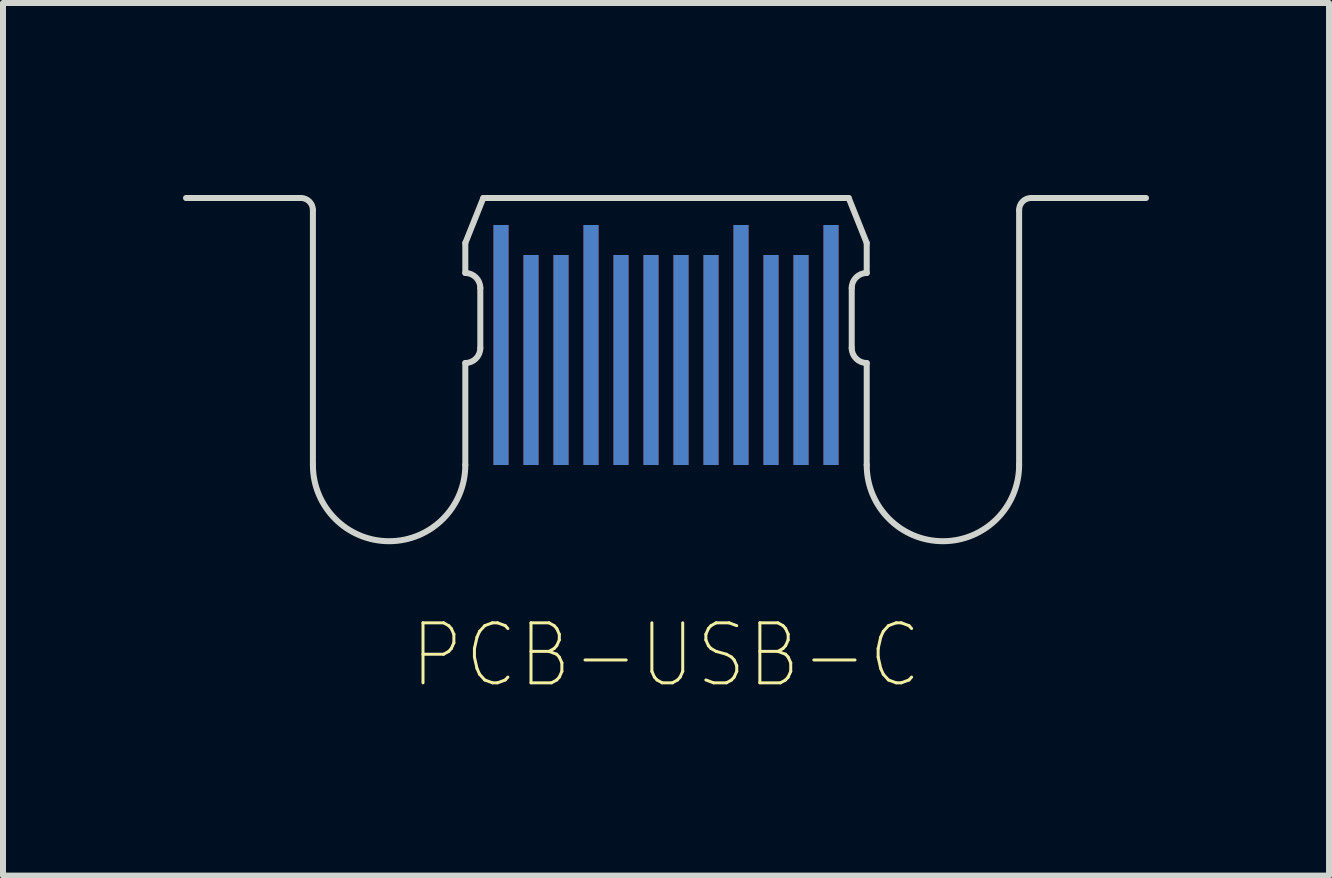
<source format=kicad_pcb>
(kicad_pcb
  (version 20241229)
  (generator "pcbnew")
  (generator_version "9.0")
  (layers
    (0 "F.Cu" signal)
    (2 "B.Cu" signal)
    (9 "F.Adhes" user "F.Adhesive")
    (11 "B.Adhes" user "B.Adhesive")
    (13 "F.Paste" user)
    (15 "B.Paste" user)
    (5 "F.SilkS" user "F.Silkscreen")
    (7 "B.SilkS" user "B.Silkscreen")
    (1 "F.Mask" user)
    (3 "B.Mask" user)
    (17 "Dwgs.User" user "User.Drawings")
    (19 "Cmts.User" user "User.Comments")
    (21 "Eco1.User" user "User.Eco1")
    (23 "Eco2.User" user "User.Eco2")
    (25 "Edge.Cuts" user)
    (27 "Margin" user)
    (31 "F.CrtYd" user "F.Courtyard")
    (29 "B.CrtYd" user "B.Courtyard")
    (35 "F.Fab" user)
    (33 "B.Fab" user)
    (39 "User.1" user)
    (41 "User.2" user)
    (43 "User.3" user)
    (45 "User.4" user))
  (footprint "PCB-USB-C"
    (layer "F.Cu")
    (at 8.05 0.25)
    (property "Reference" "PCB-USB-C" (at 0 7.62 0) (layer "F.SilkS") (effects (font (size 1 0.9) (thickness 0.05))))
    (attr smd)
    (fp_line (start -8 0) (end -6.085 0) (stroke (width 0.1) (type solid)) (layer "Edge.Cuts"))
    (fp_line (start -5.885 0.2) (end -5.885 4.45) (stroke (width 0.1) (type solid)) (layer "Edge.Cuts"))
    (fp_line (start -3.345 0.75) (end -3.345 1.25) (stroke (width 0.1) (type solid)) (layer "Edge.Cuts"))
    (fp_line (start -3.345 2.75) (end -3.345 4.45) (stroke (width 0.1) (type solid)) (layer "Edge.Cuts"))
    (fp_line (start -3.095 1.5) (end -3.095 2.5) (stroke (width 0.1) (type solid)) (layer "Edge.Cuts"))
    (fp_line (start -3.045 0) (end -3.345 0.75) (stroke (width 0.1) (type solid)) (layer "Edge.Cuts"))
    (fp_line (start -3.045 0) (end 3.045 0) (stroke (width 0.1) (type solid)) (layer "Edge.Cuts"))
    (fp_line (start 3.045 0) (end 3.345 0.75) (stroke (width 0.1) (type solid)) (layer "Edge.Cuts"))
    (fp_line (start 3.095 1.5) (end 3.095 2.5) (stroke (width 0.1) (type solid)) (layer "Edge.Cuts"))
    (fp_line (start 3.345 0.75) (end 3.345 1.25) (stroke (width 0.1) (type solid)) (layer "Edge.Cuts"))
    (fp_line (start 3.345 2.75) (end 3.345 4.45) (stroke (width 0.1) (type solid)) (layer "Edge.Cuts"))
    (fp_line (start 5.885 0.2) (end 5.885 4.45) (stroke (width 0.1) (type solid)) (layer "Edge.Cuts"))
    (fp_line (start 8 0) (end 6.085 0) (stroke (width 0.1) (type solid)) (layer "Edge.Cuts"))
    (fp_arc (start -6.085 0) (mid -5.943579 0.058579) (end -5.885 0.2) (stroke (width 0.1) (type solid)) (layer "Edge.Cuts"))
    (fp_arc (start -3.345 1.25) (mid -3.168223 1.323223) (end -3.095 1.5) (stroke (width 0.1) (type solid)) (layer "Edge.Cuts"))
    (fp_arc (start -3.345 4.45) (mid -4.615 5.72) (end -5.885 4.45) (stroke (width 0.1) (type solid)) (layer "Edge.Cuts"))
    (fp_arc (start -3.095 2.5) (mid -3.168223 2.676777) (end -3.345 2.75) (stroke (width 0.1) (type solid)) (layer "Edge.Cuts"))
    (fp_arc (start 3.095 1.5) (mid 3.168223 1.323223) (end 3.345 1.25) (stroke (width 0.1) (type solid)) (layer "Edge.Cuts"))
    (fp_arc (start 3.345 2.75) (mid 3.168223 2.676777) (end 3.095 2.5) (stroke (width 0.1) (type solid)) (layer "Edge.Cuts"))
    (fp_arc (start 5.885 0.2) (mid 5.943579 0.058579) (end 6.085 0) (stroke (width 0.1) (type solid)) (layer "Edge.Cuts"))
    (fp_arc (start 5.885 4.45) (mid 4.615 5.72) (end 3.345 4.45) (stroke (width 0.1) (type solid)) (layer "Edge.Cuts"))
    (pad "A1" smd rect (at 2.75 2.45 90) (size 4 0.25) (layers "F.Cu" "F.Mask"))
    (pad "A2" smd rect (at 2.25 2.7 90) (size 3.5 0.25) (layers "F.Cu" "F.Mask"))
    (pad "A3" smd rect (at 1.75 2.7 90) (size 3.5 0.25) (layers "F.Cu" "F.Mask"))
    (pad "A4" smd rect (at 1.25 2.45 90) (size 4 0.25) (layers "F.Cu" "F.Mask"))
    (pad "A5" smd rect (at 0.75 2.7 90) (size 3.5 0.25) (layers "F.Cu" "F.Mask"))
    (pad "A6" smd rect (at 0.25 2.7 90) (size 3.5 0.25) (layers "F.Cu" "F.Mask"))
    (pad "A7" smd rect (at -0.25 2.7 90) (size 3.5 0.25) (layers "F.Cu" "F.Mask"))
    (pad "A8" smd rect (at -0.75 2.7 90) (size 3.5 0.25) (layers "F.Cu" "F.Mask"))
    (pad "A9" smd rect (at -1.25 2.45 90) (size 4 0.25) (layers "F.Cu" "F.Mask"))
    (pad "A10" smd rect (at -1.75 2.7 90) (size 3.5 0.25) (layers "F.Cu" "F.Mask"))
    (pad "A11" smd rect (at -2.25 2.7 90) (size 3.5 0.25) (layers "F.Cu" "F.Mask"))
    (pad "A12" smd rect (at -2.75 2.45 90) (size 4 0.25) (layers "F.Cu" "F.Mask"))
    (pad "B1" smd rect (at -2.75 2.45 90) (size 4 0.25) (layers "B.Cu" "B.Mask"))
    (pad "B2" smd rect (at -2.25 2.7 90) (size 3.5 0.25) (layers "B.Cu" "B.Mask"))
    (pad "B3" smd rect (at -1.75 2.7 90) (size 3.5 0.25) (layers "B.Cu" "B.Mask"))
    (pad "B4" smd rect (at -1.25 2.45 90) (size 4 0.25) (layers "B.Cu" "B.Mask"))
    (pad "B5" smd rect (at -0.75 2.7 90) (size 3.5 0.25) (layers "B.Cu" "B.Mask"))
    (pad "B6" smd rect (at -0.25 2.7 90) (size 3.5 0.25) (layers "B.Cu" "B.Mask"))
    (pad "B7" smd rect (at 0.25 2.7 90) (size 3.5 0.25) (layers "B.Cu" "B.Mask"))
    (pad "B8" smd rect (at 0.75 2.7 90) (size 3.5 0.25) (layers "B.Cu" "B.Mask"))
    (pad "B9" smd rect (at 1.25 2.45 90) (size 4 0.25) (layers "B.Cu" "B.Mask"))
    (pad "B10" smd rect (at 1.75 2.7 90) (size 3.5 0.25) (layers "B.Cu" "B.Mask"))
    (pad "B11" smd rect (at 2.25 2.7 90) (size 3.5 0.25) (layers "B.Cu" "B.Mask"))
    (pad "B12" smd rect (at 2.75 2.45 90) (size 4 0.25) (layers "B.Cu" "B.Mask")))
  (gr_rect
    (start -3 -3)
    (end 19.1 11.543)
    (stroke (width 0.1) (type default))
    (fill no)
    (layer "Edge.Cuts")))
</source>
